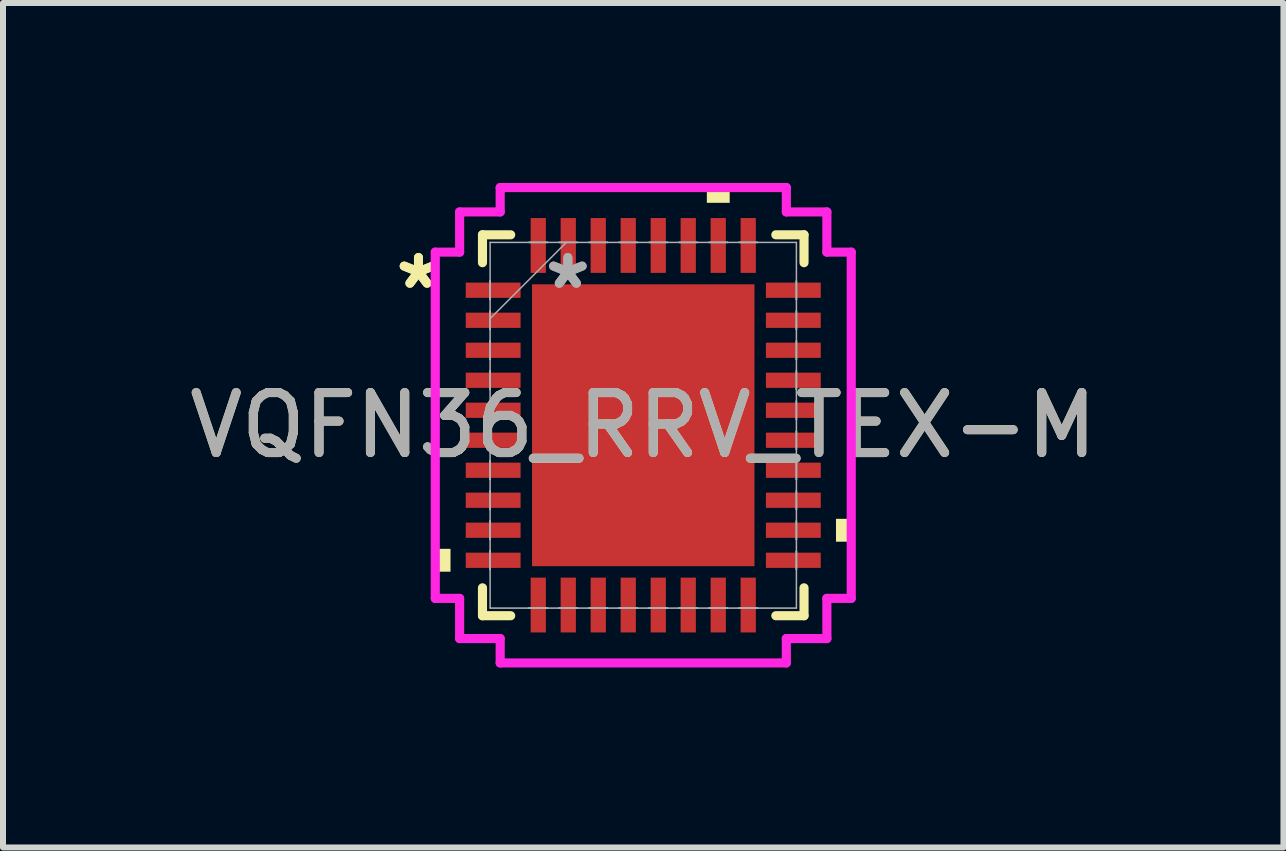
<source format=kicad_pcb>
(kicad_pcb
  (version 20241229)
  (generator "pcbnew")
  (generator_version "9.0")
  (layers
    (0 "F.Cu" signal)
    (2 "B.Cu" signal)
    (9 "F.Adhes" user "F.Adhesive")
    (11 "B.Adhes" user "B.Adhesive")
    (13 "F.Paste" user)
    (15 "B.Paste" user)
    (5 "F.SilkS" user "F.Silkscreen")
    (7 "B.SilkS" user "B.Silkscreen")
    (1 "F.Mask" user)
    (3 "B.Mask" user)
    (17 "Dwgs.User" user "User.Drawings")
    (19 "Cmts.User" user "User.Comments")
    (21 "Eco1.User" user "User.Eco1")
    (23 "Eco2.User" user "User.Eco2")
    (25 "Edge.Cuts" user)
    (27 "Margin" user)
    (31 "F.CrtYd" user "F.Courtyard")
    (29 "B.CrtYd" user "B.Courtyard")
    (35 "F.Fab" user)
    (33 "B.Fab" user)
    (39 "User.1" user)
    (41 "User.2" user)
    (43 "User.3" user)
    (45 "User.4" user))
  (footprint "VQFN36_RRV_TEX-M"
    (layer "F.Cu")
    (at 7.673 4.039)
    (property "Reference" "VQFN36_RRV_TEX-M" (at 0 0 0) (unlocked yes) (layer "F.SilkS") (effects (font (size 1 1) (thickness 0.15))))
    (attr smd)
    (fp_line (start -2.68 -3.175) (end -2.68 -2.71) (stroke (width 0.152) (type solid)) (layer "F.SilkS"))
    (fp_line (start -2.68 2.71) (end -2.68 3.175) (stroke (width 0.152) (type solid)) (layer "F.SilkS"))
    (fp_line (start -2.68 3.175) (end -2.21 3.175) (stroke (width 0.152) (type solid)) (layer "F.SilkS"))
    (fp_line (start -2.21 -3.175) (end -2.68 -3.175) (stroke (width 0.152) (type solid)) (layer "F.SilkS"))
    (fp_line (start 2.21 3.175) (end 2.68 3.175) (stroke (width 0.152) (type solid)) (layer "F.SilkS"))
    (fp_line (start 2.68 -3.175) (end 2.21 -3.175) (stroke (width 0.152) (type solid)) (layer "F.SilkS"))
    (fp_line (start 2.68 -2.71) (end 2.68 -3.175) (stroke (width 0.152) (type solid)) (layer "F.SilkS"))
    (fp_line (start 2.68 3.175) (end 2.68 2.71) (stroke (width 0.152) (type solid)) (layer "F.SilkS"))
    (fp_poly (pts (xy -3.467 2.06) (xy -3.467 2.441) (xy -3.213 2.441) (xy -3.213 2.06)) (stroke (width 0) (type solid)) (fill yes) (layer "F.SilkS"))
    (fp_poly (pts (xy 1.06 -3.708) (xy 1.06 -3.962) (xy 1.441 -3.962) (xy 1.441 -3.708)) (stroke (width 0) (type solid)) (fill yes) (layer "F.SilkS"))
    (fp_poly (pts (xy 3.467 1.56) (xy 3.467 1.941) (xy 3.213 1.941) (xy 3.213 1.56)) (stroke (width 0) (type solid)) (fill yes) (layer "F.SilkS"))
    (fp_line (start -3.467 -2.886) (end -3.061 -2.886) (stroke (width 0.152) (type solid)) (layer "F.CrtYd"))
    (fp_line (start -3.467 2.886) (end -3.467 -2.886) (stroke (width 0.152) (type solid)) (layer "F.CrtYd"))
    (fp_line (start -3.061 -3.556) (end -2.385 -3.556) (stroke (width 0.152) (type solid)) (layer "F.CrtYd"))
    (fp_line (start -3.061 -2.886) (end -3.061 -3.556) (stroke (width 0.152) (type solid)) (layer "F.CrtYd"))
    (fp_line (start -3.061 2.886) (end -3.467 2.886) (stroke (width 0.152) (type solid)) (layer "F.CrtYd"))
    (fp_line (start -3.061 3.556) (end -3.061 2.886) (stroke (width 0.152) (type solid)) (layer "F.CrtYd"))
    (fp_line (start -2.385 -3.962) (end 2.385 -3.962) (stroke (width 0.152) (type solid)) (layer "F.CrtYd"))
    (fp_line (start -2.385 -3.556) (end -2.385 -3.962) (stroke (width 0.152) (type solid)) (layer "F.CrtYd"))
    (fp_line (start -2.385 3.556) (end -3.061 3.556) (stroke (width 0.152) (type solid)) (layer "F.CrtYd"))
    (fp_line (start -2.385 3.962) (end -2.385 3.556) (stroke (width 0.152) (type solid)) (layer "F.CrtYd"))
    (fp_line (start 2.385 -3.962) (end 2.385 -3.556) (stroke (width 0.152) (type solid)) (layer "F.CrtYd"))
    (fp_line (start 2.385 -3.556) (end 3.061 -3.556) (stroke (width 0.152) (type solid)) (layer "F.CrtYd"))
    (fp_line (start 2.385 3.556) (end 2.385 3.962) (stroke (width 0.152) (type solid)) (layer "F.CrtYd"))
    (fp_line (start 2.385 3.962) (end -2.385 3.962) (stroke (width 0.152) (type solid)) (layer "F.CrtYd"))
    (fp_line (start 3.061 -3.556) (end 3.061 -2.886) (stroke (width 0.152) (type solid)) (layer "F.CrtYd"))
    (fp_line (start 3.061 -2.886) (end 3.467 -2.886) (stroke (width 0.152) (type solid)) (layer "F.CrtYd"))
    (fp_line (start 3.061 2.886) (end 3.061 3.556) (stroke (width 0.152) (type solid)) (layer "F.CrtYd"))
    (fp_line (start 3.061 3.556) (end 2.385 3.556) (stroke (width 0.152) (type solid)) (layer "F.CrtYd"))
    (fp_line (start 3.467 -2.886) (end 3.467 2.886) (stroke (width 0.152) (type solid)) (layer "F.CrtYd"))
    (fp_line (start 3.467 2.886) (end 3.061 2.886) (stroke (width 0.152) (type solid)) (layer "F.CrtYd"))
    (fp_line (start -2.553 -3.048) (end -2.553 3.048) (stroke (width 0.025) (type solid)) (layer "F.Fab"))
    (fp_line (start -2.553 -2.403) (end -2.553 -2.403) (stroke (width 0.025) (type solid)) (layer "F.Fab"))
    (fp_line (start -2.553 -2.403) (end -2.553 -2.098) (stroke (width 0.025) (type solid)) (layer "F.Fab"))
    (fp_line (start -2.553 -2.098) (end -2.553 -2.403) (stroke (width 0.025) (type solid)) (layer "F.Fab"))
    (fp_line (start -2.553 -2.098) (end -2.553 -2.098) (stroke (width 0.025) (type solid)) (layer "F.Fab"))
    (fp_line (start -2.553 -1.903) (end -2.553 -1.903) (stroke (width 0.025) (type solid)) (layer "F.Fab"))
    (fp_line (start -2.553 -1.903) (end -2.553 -1.598) (stroke (width 0.025) (type solid)) (layer "F.Fab"))
    (fp_line (start -2.553 -1.778) (end -1.283 -3.048) (stroke (width 0.025) (type solid)) (layer "F.Fab"))
    (fp_line (start -2.553 -1.598) (end -2.553 -1.903) (stroke (width 0.025) (type solid)) (layer "F.Fab"))
    (fp_line (start -2.553 -1.598) (end -2.553 -1.598) (stroke (width 0.025) (type solid)) (layer "F.Fab"))
    (fp_line (start -2.553 -1.403) (end -2.553 -1.403) (stroke (width 0.025) (type solid)) (layer "F.Fab"))
    (fp_line (start -2.553 -1.403) (end -2.553 -1.098) (stroke (width 0.025) (type solid)) (layer "F.Fab"))
    (fp_line (start -2.553 -1.098) (end -2.553 -1.403) (stroke (width 0.025) (type solid)) (layer "F.Fab"))
    (fp_line (start -2.553 -1.098) (end -2.553 -1.098) (stroke (width 0.025) (type solid)) (layer "F.Fab"))
    (fp_line (start -2.553 -0.903) (end -2.553 -0.903) (stroke (width 0.025) (type solid)) (layer "F.Fab"))
    (fp_line (start -2.553 -0.903) (end -2.553 -0.598) (stroke (width 0.025) (type solid)) (layer "F.Fab"))
    (fp_line (start -2.553 -0.598) (end -2.553 -0.903) (stroke (width 0.025) (type solid)) (layer "F.Fab"))
    (fp_line (start -2.553 -0.598) (end -2.553 -0.598) (stroke (width 0.025) (type solid)) (layer "F.Fab"))
    (fp_line (start -2.553 -0.402) (end -2.553 -0.402) (stroke (width 0.025) (type solid)) (layer "F.Fab"))
    (fp_line (start -2.553 -0.402) (end -2.553 -0.098) (stroke (width 0.025) (type solid)) (layer "F.Fab"))
    (fp_line (start -2.553 -0.098) (end -2.553 -0.402) (stroke (width 0.025) (type solid)) (layer "F.Fab"))
    (fp_line (start -2.553 -0.098) (end -2.553 -0.098) (stroke (width 0.025) (type solid)) (layer "F.Fab"))
    (fp_line (start -2.553 0.098) (end -2.553 0.098) (stroke (width 0.025) (type solid)) (layer "F.Fab"))
    (fp_line (start -2.553 0.098) (end -2.553 0.402) (stroke (width 0.025) (type solid)) (layer "F.Fab"))
    (fp_line (start -2.553 0.402) (end -2.553 0.098) (stroke (width 0.025) (type solid)) (layer "F.Fab"))
    (fp_line (start -2.553 0.402) (end -2.553 0.402) (stroke (width 0.025) (type solid)) (layer "F.Fab"))
    (fp_line (start -2.553 0.598) (end -2.553 0.598) (stroke (width 0.025) (type solid)) (layer "F.Fab"))
    (fp_line (start -2.553 0.598) (end -2.553 0.903) (stroke (width 0.025) (type solid)) (layer "F.Fab"))
    (fp_line (start -2.553 0.903) (end -2.553 0.598) (stroke (width 0.025) (type solid)) (layer "F.Fab"))
    (fp_line (start -2.553 0.903) (end -2.553 0.903) (stroke (width 0.025) (type solid)) (layer "F.Fab"))
    (fp_line (start -2.553 1.098) (end -2.553 1.098) (stroke (width 0.025) (type solid)) (layer "F.Fab"))
    (fp_line (start -2.553 1.098) (end -2.553 1.403) (stroke (width 0.025) (type solid)) (layer "F.Fab"))
    (fp_line (start -2.553 1.403) (end -2.553 1.098) (stroke (width 0.025) (type solid)) (layer "F.Fab"))
    (fp_line (start -2.553 1.403) (end -2.553 1.403) (stroke (width 0.025) (type solid)) (layer "F.Fab"))
    (fp_line (start -2.553 1.598) (end -2.553 1.598) (stroke (width 0.025) (type solid)) (layer "F.Fab"))
    (fp_line (start -2.553 1.598) (end -2.553 1.903) (stroke (width 0.025) (type solid)) (layer "F.Fab"))
    (fp_line (start -2.553 1.903) (end -2.553 1.598) (stroke (width 0.025) (type solid)) (layer "F.Fab"))
    (fp_line (start -2.553 1.903) (end -2.553 1.903) (stroke (width 0.025) (type solid)) (layer "F.Fab"))
    (fp_line (start -2.553 2.098) (end -2.553 2.098) (stroke (width 0.025) (type solid)) (layer "F.Fab"))
    (fp_line (start -2.553 2.098) (end -2.553 2.403) (stroke (width 0.025) (type solid)) (layer "F.Fab"))
    (fp_line (start -2.553 2.403) (end -2.553 2.098) (stroke (width 0.025) (type solid)) (layer "F.Fab"))
    (fp_line (start -2.553 2.403) (end -2.553 2.403) (stroke (width 0.025) (type solid)) (layer "F.Fab"))
    (fp_line (start -2.553 3.048) (end 2.553 3.048) (stroke (width 0.025) (type solid)) (layer "F.Fab"))
    (fp_line (start -1.903 -3.048) (end -1.903 -3.048) (stroke (width 0.025) (type solid)) (layer "F.Fab"))
    (fp_line (start -1.903 -3.048) (end -1.598 -3.048) (stroke (width 0.025) (type solid)) (layer "F.Fab"))
    (fp_line (start -1.903 3.048) (end -1.903 3.048) (stroke (width 0.025) (type solid)) (layer "F.Fab"))
    (fp_line (start -1.903 3.048) (end -1.598 3.048) (stroke (width 0.025) (type solid)) (layer "F.Fab"))
    (fp_line (start -1.598 -3.048) (end -1.903 -3.048) (stroke (width 0.025) (type solid)) (layer "F.Fab"))
    (fp_line (start -1.598 -3.048) (end -1.598 -3.048) (stroke (width 0.025) (type solid)) (layer "F.Fab"))
    (fp_line (start -1.598 3.048) (end -1.903 3.048) (stroke (width 0.025) (type solid)) (layer "F.Fab"))
    (fp_line (start -1.598 3.048) (end -1.598 3.048) (stroke (width 0.025) (type solid)) (layer "F.Fab"))
    (fp_line (start -1.403 -3.048) (end -1.403 -3.048) (stroke (width 0.025) (type solid)) (layer "F.Fab"))
    (fp_line (start -1.403 -3.048) (end -1.098 -3.048) (stroke (width 0.025) (type solid)) (layer "F.Fab"))
    (fp_line (start -1.403 3.048) (end -1.403 3.048) (stroke (width 0.025) (type solid)) (layer "F.Fab"))
    (fp_line (start -1.403 3.048) (end -1.098 3.048) (stroke (width 0.025) (type solid)) (layer "F.Fab"))
    (fp_line (start -1.098 -3.048) (end -1.403 -3.048) (stroke (width 0.025) (type solid)) (layer "F.Fab"))
    (fp_line (start -1.098 -3.048) (end -1.098 -3.048) (stroke (width 0.025) (type solid)) (layer "F.Fab"))
    (fp_line (start -1.098 3.048) (end -1.403 3.048) (stroke (width 0.025) (type solid)) (layer "F.Fab"))
    (fp_line (start -1.098 3.048) (end -1.098 3.048) (stroke (width 0.025) (type solid)) (layer "F.Fab"))
    (fp_line (start -0.903 -3.048) (end -0.903 -3.048) (stroke (width 0.025) (type solid)) (layer "F.Fab"))
    (fp_line (start -0.903 -3.048) (end -0.598 -3.048) (stroke (width 0.025) (type solid)) (layer "F.Fab"))
    (fp_line (start -0.903 3.048) (end -0.903 3.048) (stroke (width 0.025) (type solid)) (layer "F.Fab"))
    (fp_line (start -0.903 3.048) (end -0.598 3.048) (stroke (width 0.025) (type solid)) (layer "F.Fab"))
    (fp_line (start -0.598 -3.048) (end -0.903 -3.048) (stroke (width 0.025) (type solid)) (layer "F.Fab"))
    (fp_line (start -0.598 -3.048) (end -0.598 -3.048) (stroke (width 0.025) (type solid)) (layer "F.Fab"))
    (fp_line (start -0.598 3.048) (end -0.903 3.048) (stroke (width 0.025) (type solid)) (layer "F.Fab"))
    (fp_line (start -0.598 3.048) (end -0.598 3.048) (stroke (width 0.025) (type solid)) (layer "F.Fab"))
    (fp_line (start -0.402 -3.048) (end -0.402 -3.048) (stroke (width 0.025) (type solid)) (layer "F.Fab"))
    (fp_line (start -0.402 -3.048) (end -0.098 -3.048) (stroke (width 0.025) (type solid)) (layer "F.Fab"))
    (fp_line (start -0.402 3.048) (end -0.402 3.048) (stroke (width 0.025) (type solid)) (layer "F.Fab"))
    (fp_line (start -0.402 3.048) (end -0.098 3.048) (stroke (width 0.025) (type solid)) (layer "F.Fab"))
    (fp_line (start -0.098 -3.048) (end -0.402 -3.048) (stroke (width 0.025) (type solid)) (layer "F.Fab"))
    (fp_line (start -0.098 -3.048) (end -0.098 -3.048) (stroke (width 0.025) (type solid)) (layer "F.Fab"))
    (fp_line (start -0.098 3.048) (end -0.402 3.048) (stroke (width 0.025) (type solid)) (layer "F.Fab"))
    (fp_line (start -0.098 3.048) (end -0.098 3.048) (stroke (width 0.025) (type solid)) (layer "F.Fab"))
    (fp_line (start 0.098 -3.048) (end 0.098 -3.048) (stroke (width 0.025) (type solid)) (layer "F.Fab"))
    (fp_line (start 0.098 -3.048) (end 0.402 -3.048) (stroke (width 0.025) (type solid)) (layer "F.Fab"))
    (fp_line (start 0.098 3.048) (end 0.098 3.048) (stroke (width 0.025) (type solid)) (layer "F.Fab"))
    (fp_line (start 0.098 3.048) (end 0.402 3.048) (stroke (width 0.025) (type solid)) (layer "F.Fab"))
    (fp_line (start 0.402 -3.048) (end 0.098 -3.048) (stroke (width 0.025) (type solid)) (layer "F.Fab"))
    (fp_line (start 0.402 -3.048) (end 0.402 -3.048) (stroke (width 0.025) (type solid)) (layer "F.Fab"))
    (fp_line (start 0.402 3.048) (end 0.098 3.048) (stroke (width 0.025) (type solid)) (layer "F.Fab"))
    (fp_line (start 0.402 3.048) (end 0.402 3.048) (stroke (width 0.025) (type solid)) (layer "F.Fab"))
    (fp_line (start 0.598 -3.048) (end 0.598 -3.048) (stroke (width 0.025) (type solid)) (layer "F.Fab"))
    (fp_line (start 0.598 -3.048) (end 0.903 -3.048) (stroke (width 0.025) (type solid)) (layer "F.Fab"))
    (fp_line (start 0.598 3.048) (end 0.598 3.048) (stroke (width 0.025) (type solid)) (layer "F.Fab"))
    (fp_line (start 0.598 3.048) (end 0.903 3.048) (stroke (width 0.025) (type solid)) (layer "F.Fab"))
    (fp_line (start 0.903 -3.048) (end 0.598 -3.048) (stroke (width 0.025) (type solid)) (layer "F.Fab"))
    (fp_line (start 0.903 -3.048) (end 0.903 -3.048) (stroke (width 0.025) (type solid)) (layer "F.Fab"))
    (fp_line (start 0.903 3.048) (end 0.598 3.048) (stroke (width 0.025) (type solid)) (layer "F.Fab"))
    (fp_line (start 0.903 3.048) (end 0.903 3.048) (stroke (width 0.025) (type solid)) (layer "F.Fab"))
    (fp_line (start 1.098 -3.048) (end 1.098 -3.048) (stroke (width 0.025) (type solid)) (layer "F.Fab"))
    (fp_line (start 1.098 -3.048) (end 1.403 -3.048) (stroke (width 0.025) (type solid)) (layer "F.Fab"))
    (fp_line (start 1.098 3.048) (end 1.098 3.048) (stroke (width 0.025) (type solid)) (layer "F.Fab"))
    (fp_line (start 1.098 3.048) (end 1.403 3.048) (stroke (width 0.025) (type solid)) (layer "F.Fab"))
    (fp_line (start 1.403 -3.048) (end 1.098 -3.048) (stroke (width 0.025) (type solid)) (layer "F.Fab"))
    (fp_line (start 1.403 -3.048) (end 1.403 -3.048) (stroke (width 0.025) (type solid)) (layer "F.Fab"))
    (fp_line (start 1.403 3.048) (end 1.098 3.048) (stroke (width 0.025) (type solid)) (layer "F.Fab"))
    (fp_line (start 1.403 3.048) (end 1.403 3.048) (stroke (width 0.025) (type solid)) (layer "F.Fab"))
    (fp_line (start 1.598 -3.048) (end 1.598 -3.048) (stroke (width 0.025) (type solid)) (layer "F.Fab"))
    (fp_line (start 1.598 -3.048) (end 1.903 -3.048) (stroke (width 0.025) (type solid)) (layer "F.Fab"))
    (fp_line (start 1.598 3.048) (end 1.598 3.048) (stroke (width 0.025) (type solid)) (layer "F.Fab"))
    (fp_line (start 1.598 3.048) (end 1.903 3.048) (stroke (width 0.025) (type solid)) (layer "F.Fab"))
    (fp_line (start 1.903 -3.048) (end 1.598 -3.048) (stroke (width 0.025) (type solid)) (layer "F.Fab"))
    (fp_line (start 1.903 -3.048) (end 1.903 -3.048) (stroke (width 0.025) (type solid)) (layer "F.Fab"))
    (fp_line (start 1.903 3.048) (end 1.598 3.048) (stroke (width 0.025) (type solid)) (layer "F.Fab"))
    (fp_line (start 1.903 3.048) (end 1.903 3.048) (stroke (width 0.025) (type solid)) (layer "F.Fab"))
    (fp_line (start 2.553 -3.048) (end -2.553 -3.048) (stroke (width 0.025) (type solid)) (layer "F.Fab"))
    (fp_line (start 2.553 -2.403) (end 2.553 -2.403) (stroke (width 0.025) (type solid)) (layer "F.Fab"))
    (fp_line (start 2.553 -2.403) (end 2.553 -2.098) (stroke (width 0.025) (type solid)) (layer "F.Fab"))
    (fp_line (start 2.553 -2.098) (end 2.553 -2.403) (stroke (width 0.025) (type solid)) (layer "F.Fab"))
    (fp_line (start 2.553 -2.098) (end 2.553 -2.098) (stroke (width 0.025) (type solid)) (layer "F.Fab"))
    (fp_line (start 2.553 -1.903) (end 2.553 -1.903) (stroke (width 0.025) (type solid)) (layer "F.Fab"))
    (fp_line (start 2.553 -1.903) (end 2.553 -1.598) (stroke (width 0.025) (type solid)) (layer "F.Fab"))
    (fp_line (start 2.553 -1.598) (end 2.553 -1.903) (stroke (width 0.025) (type solid)) (layer "F.Fab"))
    (fp_line (start 2.553 -1.598) (end 2.553 -1.598) (stroke (width 0.025) (type solid)) (layer "F.Fab"))
    (fp_line (start 2.553 -1.403) (end 2.553 -1.403) (stroke (width 0.025) (type solid)) (layer "F.Fab"))
    (fp_line (start 2.553 -1.403) (end 2.553 -1.098) (stroke (width 0.025) (type solid)) (layer "F.Fab"))
    (fp_line (start 2.553 -1.098) (end 2.553 -1.403) (stroke (width 0.025) (type solid)) (layer "F.Fab"))
    (fp_line (start 2.553 -1.098) (end 2.553 -1.098) (stroke (width 0.025) (type solid)) (layer "F.Fab"))
    (fp_line (start 2.553 -0.903) (end 2.553 -0.903) (stroke (width 0.025) (type solid)) (layer "F.Fab"))
    (fp_line (start 2.553 -0.903) (end 2.553 -0.598) (stroke (width 0.025) (type solid)) (layer "F.Fab"))
    (fp_line (start 2.553 -0.598) (end 2.553 -0.903) (stroke (width 0.025) (type solid)) (layer "F.Fab"))
    (fp_line (start 2.553 -0.598) (end 2.553 -0.598) (stroke (width 0.025) (type solid)) (layer "F.Fab"))
    (fp_line (start 2.553 -0.402) (end 2.553 -0.402) (stroke (width 0.025) (type solid)) (layer "F.Fab"))
    (fp_line (start 2.553 -0.402) (end 2.553 -0.098) (stroke (width 0.025) (type solid)) (layer "F.Fab"))
    (fp_line (start 2.553 -0.098) (end 2.553 -0.402) (stroke (width 0.025) (type solid)) (layer "F.Fab"))
    (fp_line (start 2.553 -0.098) (end 2.553 -0.098) (stroke (width 0.025) (type solid)) (layer "F.Fab"))
    (fp_line (start 2.553 0.098) (end 2.553 0.098) (stroke (width 0.025) (type solid)) (layer "F.Fab"))
    (fp_line (start 2.553 0.098) (end 2.553 0.402) (stroke (width 0.025) (type solid)) (layer "F.Fab"))
    (fp_line (start 2.553 0.402) (end 2.553 0.098) (stroke (width 0.025) (type solid)) (layer "F.Fab"))
    (fp_line (start 2.553 0.402) (end 2.553 0.402) (stroke (width 0.025) (type solid)) (layer "F.Fab"))
    (fp_line (start 2.553 0.598) (end 2.553 0.598) (stroke (width 0.025) (type solid)) (layer "F.Fab"))
    (fp_line (start 2.553 0.598) (end 2.553 0.903) (stroke (width 0.025) (type solid)) (layer "F.Fab"))
    (fp_line (start 2.553 0.903) (end 2.553 0.598) (stroke (width 0.025) (type solid)) (layer "F.Fab"))
    (fp_line (start 2.553 0.903) (end 2.553 0.903) (stroke (width 0.025) (type solid)) (layer "F.Fab"))
    (fp_line (start 2.553 1.098) (end 2.553 1.098) (stroke (width 0.025) (type solid)) (layer "F.Fab"))
    (fp_line (start 2.553 1.098) (end 2.553 1.403) (stroke (width 0.025) (type solid)) (layer "F.Fab"))
    (fp_line (start 2.553 1.403) (end 2.553 1.098) (stroke (width 0.025) (type solid)) (layer "F.Fab"))
    (fp_line (start 2.553 1.403) (end 2.553 1.403) (stroke (width 0.025) (type solid)) (layer "F.Fab"))
    (fp_line (start 2.553 1.598) (end 2.553 1.598) (stroke (width 0.025) (type solid)) (layer "F.Fab"))
    (fp_line (start 2.553 1.598) (end 2.553 1.903) (stroke (width 0.025) (type solid)) (layer "F.Fab"))
    (fp_line (start 2.553 1.903) (end 2.553 1.598) (stroke (width 0.025) (type solid)) (layer "F.Fab"))
    (fp_line (start 2.553 1.903) (end 2.553 1.903) (stroke (width 0.025) (type solid)) (layer "F.Fab"))
    (fp_line (start 2.553 2.098) (end 2.553 2.098) (stroke (width 0.025) (type solid)) (layer "F.Fab"))
    (fp_line (start 2.553 2.098) (end 2.553 2.403) (stroke (width 0.025) (type solid)) (layer "F.Fab"))
    (fp_line (start 2.553 2.403) (end 2.553 2.098) (stroke (width 0.025) (type solid)) (layer "F.Fab"))
    (fp_line (start 2.553 2.403) (end 2.553 2.403) (stroke (width 0.025) (type solid)) (layer "F.Fab"))
    (fp_line (start 2.553 3.048) (end 2.553 -3.048) (stroke (width 0.025) (type solid)) (layer "F.Fab"))
    (fp_text user "*" (at -3.747 -2.251 0) (unlocked yes) (layer "F.SilkS") (effects (font (size 1 1) (thickness 0.15))))
    (fp_text user "*" (at -3.747 -2.251 0) (layer "F.SilkS") (effects (font (size 1 1) (thickness 0.15))))
    (fp_text user "*" (at -1.257 -2.251 0) (layer "F.Fab") (effects (font (size 1 1) (thickness 0.15))))
    (fp_text user "*" (at -1.257 -2.251 0) (unlocked yes) (layer "F.Fab") (effects (font (size 1 1) (thickness 0.15))))
    (fp_text user "${REFERENCE}" (at 0 0 0) (unlocked yes) (layer "F.Fab") (effects (font (size 1 1) (thickness 0.15))))
    (pad "1" smd rect (at -2.502 -2.251 90) (size 0.254 0.914) (layers "F.Cu" "F.Mask" "F.Paste"))
    (pad "2" smd rect (at -2.502 -1.75 90) (size 0.254 0.914) (layers "F.Cu" "F.Mask" "F.Paste"))
    (pad "3" smd rect (at -2.502 -1.25 90) (size 0.254 0.914) (layers "F.Cu" "F.Mask" "F.Paste"))
    (pad "4" smd rect (at -2.502 -0.75 90) (size 0.254 0.914) (layers "F.Cu" "F.Mask" "F.Paste"))
    (pad "5" smd rect (at -2.502 -0.25 90) (size 0.254 0.914) (layers "F.Cu" "F.Mask" "F.Paste"))
    (pad "6" smd rect (at -2.502 0.25 90) (size 0.254 0.914) (layers "F.Cu" "F.Mask" "F.Paste"))
    (pad "7" smd rect (at -2.502 0.75 90) (size 0.254 0.914) (layers "F.Cu" "F.Mask" "F.Paste"))
    (pad "8" smd rect (at -2.502 1.25 90) (size 0.254 0.914) (layers "F.Cu" "F.Mask" "F.Paste"))
    (pad "9" smd rect (at -2.502 1.75 90) (size 0.254 0.914) (layers "F.Cu" "F.Mask" "F.Paste"))
    (pad "10" smd rect (at -2.502 2.251 90) (size 0.254 0.914) (layers "F.Cu" "F.Mask" "F.Paste"))
    (pad "11" smd rect (at -1.75 2.997) (size 0.254 0.914) (layers "F.Cu" "F.Mask" "F.Paste"))
    (pad "12" smd rect (at -1.25 2.997) (size 0.254 0.914) (layers "F.Cu" "F.Mask" "F.Paste"))
    (pad "13" smd rect (at -0.75 2.997) (size 0.254 0.914) (layers "F.Cu" "F.Mask" "F.Paste"))
    (pad "14" smd rect (at -0.25 2.997) (size 0.254 0.914) (layers "F.Cu" "F.Mask" "F.Paste"))
    (pad "15" smd rect (at 0.25 2.997) (size 0.254 0.914) (layers "F.Cu" "F.Mask" "F.Paste"))
    (pad "16" smd rect (at 0.75 2.997) (size 0.254 0.914) (layers "F.Cu" "F.Mask" "F.Paste"))
    (pad "17" smd rect (at 1.25 2.997) (size 0.254 0.914) (layers "F.Cu" "F.Mask" "F.Paste"))
    (pad "18" smd rect (at 1.75 2.997) (size 0.254 0.914) (layers "F.Cu" "F.Mask" "F.Paste"))
    (pad "19" smd rect (at 2.502 2.251 90) (size 0.254 0.914) (layers "F.Cu" "F.Mask" "F.Paste"))
    (pad "20" smd rect (at 2.502 1.75 90) (size 0.254 0.914) (layers "F.Cu" "F.Mask" "F.Paste"))
    (pad "21" smd rect (at 2.502 1.25 90) (size 0.254 0.914) (layers "F.Cu" "F.Mask" "F.Paste"))
    (pad "22" smd rect (at 2.502 0.75 90) (size 0.254 0.914) (layers "F.Cu" "F.Mask" "F.Paste"))
    (pad "23" smd rect (at 2.502 0.25 90) (size 0.254 0.914) (layers "F.Cu" "F.Mask" "F.Paste"))
    (pad "24" smd rect (at 2.502 -0.25 90) (size 0.254 0.914) (layers "F.Cu" "F.Mask" "F.Paste"))
    (pad "25" smd rect (at 2.502 -0.75 90) (size 0.254 0.914) (layers "F.Cu" "F.Mask" "F.Paste"))
    (pad "26" smd rect (at 2.502 -1.25 90) (size 0.254 0.914) (layers "F.Cu" "F.Mask" "F.Paste"))
    (pad "27" smd rect (at 2.502 -1.75 90) (size 0.254 0.914) (layers "F.Cu" "F.Mask" "F.Paste"))
    (pad "28" smd rect (at 2.502 -2.251 90) (size 0.254 0.914) (layers "F.Cu" "F.Mask" "F.Paste"))
    (pad "29" smd rect (at 1.75 -2.997) (size 0.254 0.914) (layers "F.Cu" "F.Mask" "F.Paste"))
    (pad "30" smd rect (at 1.25 -2.997) (size 0.254 0.914) (layers "F.Cu" "F.Mask" "F.Paste"))
    (pad "31" smd rect (at 0.75 -2.997) (size 0.254 0.914) (layers "F.Cu" "F.Mask" "F.Paste"))
    (pad "32" smd rect (at 0.25 -2.997) (size 0.254 0.914) (layers "F.Cu" "F.Mask" "F.Paste"))
    (pad "33" smd rect (at -0.25 -2.997) (size 0.254 0.914) (layers "F.Cu" "F.Mask" "F.Paste"))
    (pad "34" smd rect (at -0.75 -2.997) (size 0.254 0.914) (layers "F.Cu" "F.Mask" "F.Paste"))
    (pad "35" smd rect (at -1.25 -2.997) (size 0.254 0.914) (layers "F.Cu" "F.Mask" "F.Paste"))
    (pad "36" smd rect (at -1.75 -2.997) (size 0.254 0.914) (layers "F.Cu" "F.Mask" "F.Paste"))
    (pad "37" smd rect (at 0 0) (size 3.708 4.699) (layers "F.Cu" "F.Mask" "F.Paste")))
  (gr_rect
    (start -3 -3)
    (end 18.345 11.077)
    (stroke (width 0.1) (type default))
    (fill no)
    (layer "Edge.Cuts")))
</source>
